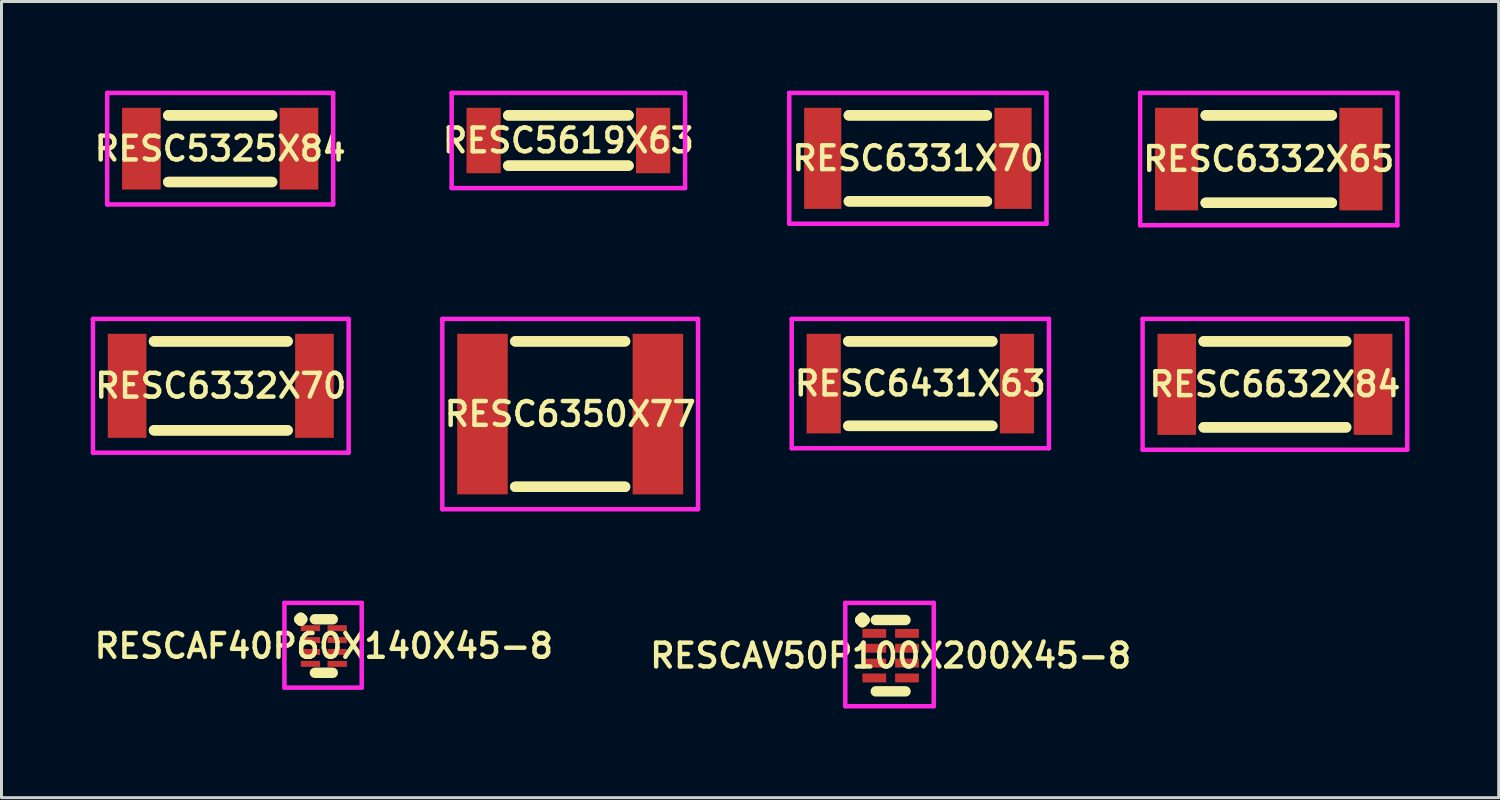
<source format=kicad_pcb>
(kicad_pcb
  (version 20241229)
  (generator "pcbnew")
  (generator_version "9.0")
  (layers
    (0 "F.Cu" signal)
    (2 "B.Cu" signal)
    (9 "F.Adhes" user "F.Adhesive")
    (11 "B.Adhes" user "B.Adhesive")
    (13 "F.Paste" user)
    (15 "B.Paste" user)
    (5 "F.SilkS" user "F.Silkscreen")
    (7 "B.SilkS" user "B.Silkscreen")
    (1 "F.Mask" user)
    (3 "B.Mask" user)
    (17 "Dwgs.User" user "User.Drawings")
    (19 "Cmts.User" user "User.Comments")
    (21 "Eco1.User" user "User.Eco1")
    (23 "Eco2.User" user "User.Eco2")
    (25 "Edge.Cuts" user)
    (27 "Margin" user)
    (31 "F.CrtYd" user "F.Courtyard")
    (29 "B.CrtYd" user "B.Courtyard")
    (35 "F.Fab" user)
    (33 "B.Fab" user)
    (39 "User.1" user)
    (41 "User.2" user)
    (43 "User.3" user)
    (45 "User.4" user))
  (footprint "RESCAV50P100X200X45-8"
    (layer "F.Cu")
    (at 26.902 19)
    (property "Reference" "RESCAV50P100X200X45-8" (at 0 0 0) (layer "F.SilkS") (effects (font (size 0.8 0.8) (thickness 0.15))))
    (attr smd)
    (fp_line (start -1.025 -1.2) (end -0.95 -1.275) (stroke (width 0.35) (type solid)) (layer "F.SilkS"))
    (fp_line (start -0.95 -1.275) (end -0.875 -1.2) (stroke (width 0.35) (type solid)) (layer "F.SilkS"))
    (fp_line (start -0.95 -1.125) (end -1.025 -1.2) (stroke (width 0.35) (type solid)) (layer "F.SilkS"))
    (fp_line (start -0.875 -1.2) (end -0.95 -1.125) (stroke (width 0.35) (type solid)) (layer "F.SilkS"))
    (fp_line (start -0.5 -1.2) (end 0.5 -1.2) (stroke (width 0.35) (type solid)) (layer "F.SilkS"))
    (fp_line (start -0.5 1.2) (end 0.5 1.2) (stroke (width 0.35) (type solid)) (layer "F.SilkS"))
    (fp_line (start -1.525 -1.775) (end 1.45 -1.775) (stroke (width 0.15) (type solid)) (layer "F.CrtYd"))
    (fp_line (start -1.525 1.7) (end -1.525 -1.775) (stroke (width 0.15) (type solid)) (layer "F.CrtYd"))
    (fp_line (start 1.45 -1.775) (end 1.45 1.7) (stroke (width 0.15) (type solid)) (layer "F.CrtYd"))
    (fp_line (start 1.45 1.7) (end -1.525 1.7) (stroke (width 0.15) (type solid)) (layer "F.CrtYd"))
    (pad "1" smd rect (at -0.55 -0.75) (size 0.8 0.3) (layers "F.Cu" "F.Mask" "F.Paste"))
    (pad "2" smd rect (at -0.55 -0.25) (size 0.8 0.3) (layers "F.Cu" "F.Mask" "F.Paste"))
    (pad "3" smd rect (at -0.55 0.25) (size 0.8 0.3) (layers "F.Cu" "F.Mask" "F.Paste"))
    (pad "4" smd rect (at -0.55 0.75) (size 0.8 0.3) (layers "F.Cu" "F.Mask" "F.Paste"))
    (pad "5" smd rect (at 0.55 0.75) (size 0.8 0.3) (layers "F.Cu" "F.Mask" "F.Paste"))
    (pad "6" smd rect (at 0.55 0.25) (size 0.8 0.3) (layers "F.Cu" "F.Mask" "F.Paste"))
    (pad "7" smd rect (at 0.55 -0.25) (size 0.8 0.3) (layers "F.Cu" "F.Mask" "F.Paste"))
    (pad "8" smd rect (at 0.55 -0.75) (size 0.8 0.3) (layers "F.Cu" "F.Mask" "F.Paste")))
  (footprint "RESC6350X77"
    (layer "F.Cu")
    (at 16.125 10.875)
    (property "Reference" "RESC6350X77" (at 0 0 0) (layer "F.SilkS") (effects (font (size 0.8 0.8) (thickness 0.15))))
    (attr smd)
    (fp_line (start -1.846 -2.446) (end 1.846 -2.446) (stroke (width 0.35) (type solid)) (layer "F.SilkS"))
    (fp_line (start -1.846 2.446) (end 1.846 2.446) (stroke (width 0.35) (type solid)) (layer "F.SilkS"))
    (fp_line (start 1.846 -2.446) (end -1.846 -2.446) (stroke (width 0.35) (type solid)) (layer "F.SilkS"))
    (fp_line (start 1.846 2.446) (end -1.846 2.446) (stroke (width 0.35) (type solid)) (layer "F.SilkS"))
    (fp_line (start -4.3 -3.2) (end 4.3 -3.2) (stroke (width 0.15) (type solid)) (layer "F.CrtYd"))
    (fp_line (start -4.3 3.2) (end -4.3 -3.2) (stroke (width 0.15) (type solid)) (layer "F.CrtYd"))
    (fp_line (start 4.3 -3.2) (end 4.3 3.2) (stroke (width 0.15) (type solid)) (layer "F.CrtYd"))
    (fp_line (start 4.3 3.2) (end -4.3 3.2) (stroke (width 0.15) (type solid)) (layer "F.CrtYd"))
    (pad "1" smd rect (at -2.95 0) (size 1.7 5.4) (layers "F.Cu" "F.Mask" "F.Paste"))
    (pad "2" smd rect (at 2.95 0) (size 1.7 5.4) (layers "F.Cu" "F.Mask" "F.Paste")))
  (footprint "RESC5619X63"
    (layer "F.Cu")
    (at 16.064 1.675)
    (property "Reference" "RESC5619X63" (at 0 0 0) (layer "F.SilkS") (effects (font (size 0.8 0.8) (thickness 0.15))))
    (attr smd)
    (fp_line (start -2.021 -0.846) (end 2.021 -0.846) (stroke (width 0.35) (type solid)) (layer "F.SilkS"))
    (fp_line (start -2.021 0.846) (end 2.021 0.846) (stroke (width 0.35) (type solid)) (layer "F.SilkS"))
    (fp_line (start 2.021 -0.846) (end -2.021 -0.846) (stroke (width 0.35) (type solid)) (layer "F.SilkS"))
    (fp_line (start 2.021 0.846) (end -2.021 0.846) (stroke (width 0.35) (type solid)) (layer "F.SilkS"))
    (fp_line (start -3.925 -1.6) (end 3.925 -1.6) (stroke (width 0.15) (type solid)) (layer "F.CrtYd"))
    (fp_line (start -3.925 1.6) (end -3.925 -1.6) (stroke (width 0.15) (type solid)) (layer "F.CrtYd"))
    (fp_line (start 3.925 -1.6) (end 3.925 1.6) (stroke (width 0.15) (type solid)) (layer "F.CrtYd"))
    (fp_line (start 3.925 1.6) (end -3.925 1.6) (stroke (width 0.15) (type solid)) (layer "F.CrtYd"))
    (pad "1" smd rect (at -2.85 0) (size 1.15 2.2) (layers "F.Cu" "F.Mask" "F.Paste"))
    (pad "2" smd rect (at 2.85 0) (size 1.15 2.2) (layers "F.Cu" "F.Mask" "F.Paste")))
  (footprint "RESC6632X84"
    (layer "F.Cu")
    (at 39.825 9.875)
    (property "Reference" "RESC6632X84" (at 0 0 0) (layer "F.SilkS") (effects (font (size 0.8 0.8) (thickness 0.15))))
    (attr smd)
    (fp_line (start -2.396 -1.446) (end 2.396 -1.446) (stroke (width 0.35) (type solid)) (layer "F.SilkS"))
    (fp_line (start -2.396 1.446) (end 2.396 1.446) (stroke (width 0.35) (type solid)) (layer "F.SilkS"))
    (fp_line (start 2.396 -1.446) (end -2.396 -1.446) (stroke (width 0.35) (type solid)) (layer "F.SilkS"))
    (fp_line (start 2.396 1.446) (end -2.396 1.446) (stroke (width 0.35) (type solid)) (layer "F.SilkS"))
    (fp_line (start -4.45 -2.2) (end 4.45 -2.2) (stroke (width 0.15) (type solid)) (layer "F.CrtYd"))
    (fp_line (start -4.45 2.2) (end -4.45 -2.2) (stroke (width 0.15) (type solid)) (layer "F.CrtYd"))
    (fp_line (start 4.45 -2.2) (end 4.45 2.2) (stroke (width 0.15) (type solid)) (layer "F.CrtYd"))
    (fp_line (start 4.45 2.2) (end -4.45 2.2) (stroke (width 0.15) (type solid)) (layer "F.CrtYd"))
    (pad "1" smd rect (at -3.3 0) (size 1.3 3.4) (layers "F.Cu" "F.Mask" "F.Paste"))
    (pad "2" smd rect (at 3.3 0) (size 1.3 3.4) (layers "F.Cu" "F.Mask" "F.Paste")))
  (footprint "RESCAF40P60X140X45-8"
    (layer "F.Cu")
    (at 7.84 18.675)
    (property "Reference" "RESCAF40P60X140X45-8" (at 0 0 0) (layer "F.SilkS") (effects (font (size 0.8 0.8) (thickness 0.15))))
    (attr smd)
    (fp_line (start -0.825 -0.9) (end -0.775 -0.95) (stroke (width 0.35) (type solid)) (layer "F.SilkS"))
    (fp_line (start -0.775 -0.95) (end -0.725 -0.9) (stroke (width 0.35) (type solid)) (layer "F.SilkS"))
    (fp_line (start -0.775 -0.85) (end -0.825 -0.9) (stroke (width 0.35) (type solid)) (layer "F.SilkS"))
    (fp_line (start -0.725 -0.9) (end -0.775 -0.85) (stroke (width 0.35) (type solid)) (layer "F.SilkS"))
    (fp_line (start -0.3 -0.9) (end 0.3 -0.9) (stroke (width 0.35) (type solid)) (layer "F.SilkS"))
    (fp_line (start -0.3 0.9) (end 0.3 0.9) (stroke (width 0.35) (type solid)) (layer "F.SilkS"))
    (fp_line (start -1.325 -1.45) (end 1.275 -1.45) (stroke (width 0.15) (type solid)) (layer "F.CrtYd"))
    (fp_line (start -1.325 1.4) (end -1.325 -1.45) (stroke (width 0.15) (type solid)) (layer "F.CrtYd"))
    (fp_line (start 1.275 -1.45) (end 1.275 1.4) (stroke (width 0.15) (type solid)) (layer "F.CrtYd"))
    (fp_line (start 1.275 1.4) (end -1.325 1.4) (stroke (width 0.15) (type solid)) (layer "F.CrtYd"))
    (pad "1" smd rect (at -0.45 -0.6) (size 0.65 0.2) (layers "F.Cu" "F.Mask" "F.Paste"))
    (pad "2" smd rect (at -0.45 -0.2) (size 0.65 0.2) (layers "F.Cu" "F.Mask" "F.Paste"))
    (pad "3" smd rect (at -0.45 0.2) (size 0.65 0.2) (layers "F.Cu" "F.Mask" "F.Paste"))
    (pad "4" smd rect (at -0.45 0.6) (size 0.65 0.2) (layers "F.Cu" "F.Mask" "F.Paste"))
    (pad "5" smd rect (at 0.45 0.6) (size 0.65 0.2) (layers "F.Cu" "F.Mask" "F.Paste"))
    (pad "6" smd rect (at 0.45 0.2) (size 0.65 0.2) (layers "F.Cu" "F.Mask" "F.Paste"))
    (pad "7" smd rect (at 0.45 -0.2) (size 0.65 0.2) (layers "F.Cu" "F.Mask" "F.Paste"))
    (pad "8" smd rect (at 0.45 -0.6) (size 0.65 0.2) (layers "F.Cu" "F.Mask" "F.Paste")))
  (footprint "RESC6332X65"
    (layer "F.Cu")
    (at 39.618 2.3)
    (property "Reference" "RESC6332X65" (at 0 0 0) (layer "F.SilkS") (effects (font (size 0.8 0.8) (thickness 0.15))))
    (attr smd)
    (fp_line (start -2.121 -1.471) (end 2.121 -1.471) (stroke (width 0.35) (type solid)) (layer "F.SilkS"))
    (fp_line (start -2.121 1.471) (end 2.121 1.471) (stroke (width 0.35) (type solid)) (layer "F.SilkS"))
    (fp_line (start 2.121 -1.471) (end -2.121 -1.471) (stroke (width 0.35) (type solid)) (layer "F.SilkS"))
    (fp_line (start 2.121 1.471) (end -2.121 1.471) (stroke (width 0.35) (type solid)) (layer "F.SilkS"))
    (fp_line (start -4.325 -2.225) (end 4.325 -2.225) (stroke (width 0.15) (type solid)) (layer "F.CrtYd"))
    (fp_line (start -4.325 2.225) (end -4.325 -2.225) (stroke (width 0.15) (type solid)) (layer "F.CrtYd"))
    (fp_line (start 4.325 -2.225) (end 4.325 2.225) (stroke (width 0.15) (type solid)) (layer "F.CrtYd"))
    (fp_line (start 4.325 2.225) (end -4.325 2.225) (stroke (width 0.15) (type solid)) (layer "F.CrtYd"))
    (pad "1" smd rect (at -3.1 0) (size 1.45 3.45) (layers "F.Cu" "F.Mask" "F.Paste"))
    (pad "2" smd rect (at 3.1 0) (size 1.45 3.45) (layers "F.Cu" "F.Mask" "F.Paste")))
  (footprint "RESC6332X70"
    (layer "F.Cu")
    (at 4.375 9.925)
    (property "Reference" "RESC6332X70" (at 0 0 0) (layer "F.SilkS") (effects (font (size 0.8 0.8) (thickness 0.15))))
    (attr smd)
    (fp_line (start -2.246 -1.496) (end 2.246 -1.496) (stroke (width 0.35) (type solid)) (layer "F.SilkS"))
    (fp_line (start -2.246 1.496) (end 2.246 1.496) (stroke (width 0.35) (type solid)) (layer "F.SilkS"))
    (fp_line (start 2.246 -1.496) (end -2.246 -1.496) (stroke (width 0.35) (type solid)) (layer "F.SilkS"))
    (fp_line (start 2.246 1.496) (end -2.246 1.496) (stroke (width 0.35) (type solid)) (layer "F.SilkS"))
    (fp_line (start -4.3 -2.25) (end 4.3 -2.25) (stroke (width 0.15) (type solid)) (layer "F.CrtYd"))
    (fp_line (start -4.3 2.25) (end -4.3 -2.25) (stroke (width 0.15) (type solid)) (layer "F.CrtYd"))
    (fp_line (start 4.3 -2.25) (end 4.3 2.25) (stroke (width 0.15) (type solid)) (layer "F.CrtYd"))
    (fp_line (start 4.3 2.25) (end -4.3 2.25) (stroke (width 0.15) (type solid)) (layer "F.CrtYd"))
    (pad "1" smd rect (at -3.15 0) (size 1.3 3.5) (layers "F.Cu" "F.Mask" "F.Paste"))
    (pad "2" smd rect (at 3.15 0) (size 1.3 3.5) (layers "F.Cu" "F.Mask" "F.Paste")))
  (footprint "RESC6331X70"
    (layer "F.Cu")
    (at 27.818 2.275)
    (property "Reference" "RESC6331X70" (at 0 0 0) (layer "F.SilkS") (effects (font (size 0.8 0.8) (thickness 0.15))))
    (attr smd)
    (fp_line (start -2.321 -1.446) (end 2.321 -1.446) (stroke (width 0.35) (type solid)) (layer "F.SilkS"))
    (fp_line (start -2.321 1.446) (end 2.321 1.446) (stroke (width 0.35) (type solid)) (layer "F.SilkS"))
    (fp_line (start 2.321 -1.446) (end -2.321 -1.446) (stroke (width 0.35) (type solid)) (layer "F.SilkS"))
    (fp_line (start 2.321 1.446) (end -2.321 1.446) (stroke (width 0.35) (type solid)) (layer "F.SilkS"))
    (fp_line (start -4.325 -2.2) (end 4.325 -2.2) (stroke (width 0.15) (type solid)) (layer "F.CrtYd"))
    (fp_line (start -4.325 2.2) (end -4.325 -2.2) (stroke (width 0.15) (type solid)) (layer "F.CrtYd"))
    (fp_line (start 4.325 -2.2) (end 4.325 2.2) (stroke (width 0.15) (type solid)) (layer "F.CrtYd"))
    (fp_line (start 4.325 2.2) (end -4.325 2.2) (stroke (width 0.15) (type solid)) (layer "F.CrtYd"))
    (pad "1" smd rect (at -3.2 0) (size 1.25 3.4) (layers "F.Cu" "F.Mask" "F.Paste"))
    (pad "2" smd rect (at 3.2 0) (size 1.25 3.4) (layers "F.Cu" "F.Mask" "F.Paste")))
  (footprint "RESC5325X84"
    (layer "F.Cu")
    (at 4.355 1.95)
    (property "Reference" "RESC5325X84" (at 0 0 0) (layer "F.SilkS") (effects (font (size 0.8 0.8) (thickness 0.15))))
    (attr smd)
    (fp_line (start -1.746 -1.121) (end 1.746 -1.121) (stroke (width 0.35) (type solid)) (layer "F.SilkS"))
    (fp_line (start -1.746 1.121) (end 1.746 1.121) (stroke (width 0.35) (type solid)) (layer "F.SilkS"))
    (fp_line (start 1.746 -1.121) (end -1.746 -1.121) (stroke (width 0.35) (type solid)) (layer "F.SilkS"))
    (fp_line (start 1.746 1.121) (end -1.746 1.121) (stroke (width 0.35) (type solid)) (layer "F.SilkS"))
    (fp_line (start -3.8 -1.875) (end 3.8 -1.875) (stroke (width 0.15) (type solid)) (layer "F.CrtYd"))
    (fp_line (start -3.8 1.875) (end -3.8 -1.875) (stroke (width 0.15) (type solid)) (layer "F.CrtYd"))
    (fp_line (start 3.8 -1.875) (end 3.8 1.875) (stroke (width 0.15) (type solid)) (layer "F.CrtYd"))
    (fp_line (start 3.8 1.875) (end -3.8 1.875) (stroke (width 0.15) (type solid)) (layer "F.CrtYd"))
    (pad "1" smd rect (at -2.65 0) (size 1.3 2.75) (layers "F.Cu" "F.Mask" "F.Paste"))
    (pad "2" smd rect (at 2.65 0) (size 1.3 2.75) (layers "F.Cu" "F.Mask" "F.Paste")))
  (footprint "RESC6431X63"
    (layer "F.Cu")
    (at 27.9 9.85)
    (property "Reference" "RESC6431X63" (at 0 0 0) (layer "F.SilkS") (effects (font (size 0.8 0.8) (thickness 0.15))))
    (attr smd)
    (fp_line (start -2.421 -1.421) (end 2.421 -1.421) (stroke (width 0.35) (type solid)) (layer "F.SilkS"))
    (fp_line (start -2.421 1.421) (end 2.421 1.421) (stroke (width 0.35) (type solid)) (layer "F.SilkS"))
    (fp_line (start 2.421 -1.421) (end -2.421 -1.421) (stroke (width 0.35) (type solid)) (layer "F.SilkS"))
    (fp_line (start 2.421 1.421) (end -2.421 1.421) (stroke (width 0.35) (type solid)) (layer "F.SilkS"))
    (fp_line (start -4.325 -2.175) (end 4.325 -2.175) (stroke (width 0.15) (type solid)) (layer "F.CrtYd"))
    (fp_line (start -4.325 2.175) (end -4.325 -2.175) (stroke (width 0.15) (type solid)) (layer "F.CrtYd"))
    (fp_line (start 4.325 -2.175) (end 4.325 2.175) (stroke (width 0.15) (type solid)) (layer "F.CrtYd"))
    (fp_line (start 4.325 2.175) (end -4.325 2.175) (stroke (width 0.15) (type solid)) (layer "F.CrtYd"))
    (pad "1" smd rect (at -3.25 0) (size 1.15 3.35) (layers "F.Cu" "F.Mask" "F.Paste"))
    (pad "2" smd rect (at 3.25 0) (size 1.15 3.35) (layers "F.Cu" "F.Mask" "F.Paste")))
  (gr_rect
    (start -3 -3)
    (end 47.35 23.775)
    (stroke (width 0.1) (type default))
    (fill no)
    (layer "Edge.Cuts")))
</source>
